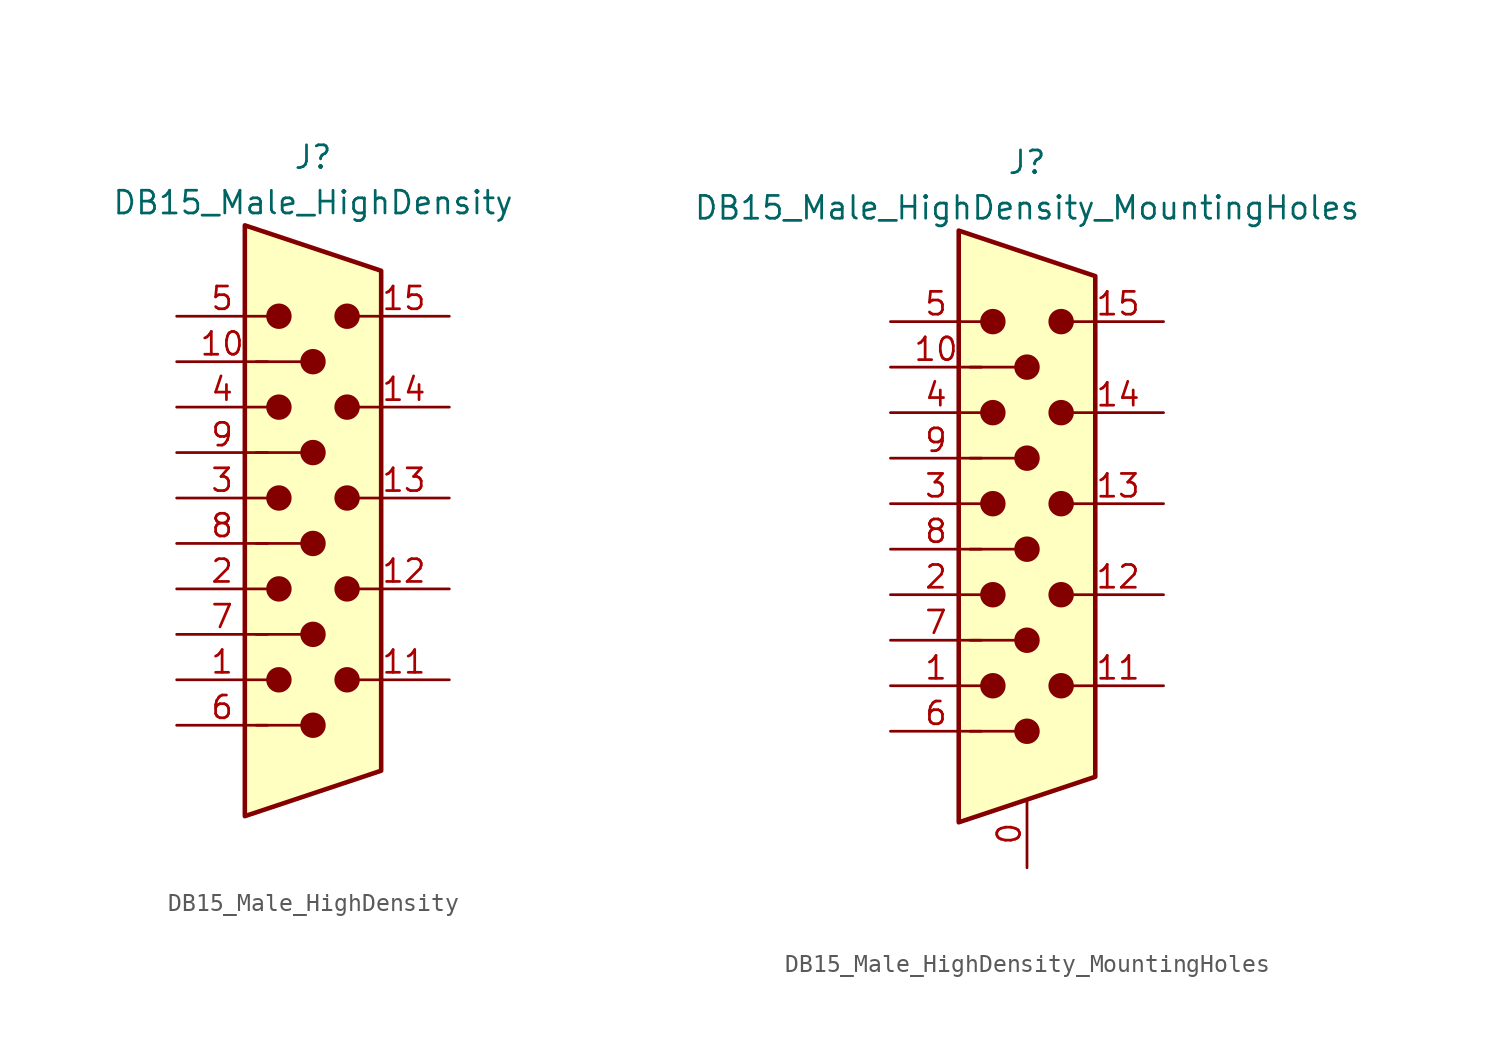
<source format=kicad_sym>
(kicad_symbol_lib
  (version 20201005)
  (generator kicad_symbol_editor)
  (symbol "DB15_Male_HighDensity"
    (pin_names
      (offset 1.016) hide)
    (property "Reference" "J"
      (at 0 21.59 0)
      (effects (font (size 1.27 1.27))))
    (property "Value" "DB15_Male_HighDensity"
      (at 0 19.05 0)
      (effects (font (size 1.27 1.27))))
    (symbol "DB15_Male_HighDensity_0_1"
      (circle (center -1.905 -7.62) (radius 0.635) (stroke (width 0)) (fill (type outline)))
      (circle (center -1.905 -2.54) (radius 0.635) (stroke (width 0)) (fill (type outline)))
      (circle (center -1.905 2.54) (radius 0.635) (stroke (width 0)) (fill (type outline)))
      (circle (center -1.905 7.62) (radius 0.635) (stroke (width 0)) (fill (type outline)))
      (circle (center -1.905 12.7) (radius 0.635) (stroke (width 0)) (fill (type outline)))
      (circle (center 0 -10.16) (radius 0.635) (stroke (width 0)) (fill (type outline)))
      (circle (center 0 -5.08) (radius 0.635) (stroke (width 0)) (fill (type outline)))
      (circle (center 0 0) (radius 0.635) (stroke (width 0)) (fill (type outline)))
      (circle (center 0 5.08) (radius 0.635) (stroke (width 0)) (fill (type outline)))
      (circle (center 0 10.16) (radius 0.635) (stroke (width 0)) (fill (type outline)))
      (circle (center 1.905 -7.62) (radius 0.635) (stroke (width 0)) (fill (type outline)))
      (circle (center 1.905 -2.54) (radius 0.635) (stroke (width 0)) (fill (type outline)))
      (circle (center 1.905 2.54) (radius 0.635) (stroke (width 0)) (fill (type outline)))
      (circle (center 1.905 7.62) (radius 0.635) (stroke (width 0)) (fill (type outline)))
      (circle (center 1.905 12.7) (radius 0.635) (stroke (width 0)) (fill (type outline)))
      (polyline (pts (xy -3.175 -5.08) (xy -0.635 -5.08)) (stroke (width 0)) (fill (type none)))
      (polyline (pts (xy -0.635 -10.16) (xy -3.175 -10.16)) (stroke (width 0)) (fill (type none)))
      (polyline (pts (xy -0.635 0) (xy -3.175 0)) (stroke (width 0)) (fill (type none)))
      (polyline (pts (xy -0.635 5.08) (xy -3.175 5.08)) (stroke (width 0)) (fill (type none)))
      (polyline (pts (xy -0.635 10.16) (xy -3.175 10.16)) (stroke (width 0)) (fill (type none)))
      (polyline (pts (xy -3.81 17.78) (xy -3.81 -15.24) (xy 3.81 -12.7) (xy 3.81 15.24) (xy -3.81 17.78)) (stroke (width 0.254)) (fill (type background))))
    (symbol "DB15_Male_HighDensity_1_1"
      (pin passive line (at -7.62 -7.62 0) (length 5.08) (name "~" (effects (font (size 1.27 1.27)))) (number "1" (effects (font (size 1.27 1.27)))))
      (pin passive line (at -7.62 10.16 0) (length 5.08) (name "~" (effects (font (size 1.27 1.27)))) (number "10" (effects (font (size 1.27 1.27)))))
      (pin passive line (at 7.62 -7.62 180) (length 5.08) (name "~" (effects (font (size 1.27 1.27)))) (number "11" (effects (font (size 1.27 1.27)))))
      (pin passive line (at 7.62 -2.54 180) (length 5.08) (name "~" (effects (font (size 1.27 1.27)))) (number "12" (effects (font (size 1.27 1.27)))))
      (pin passive line (at 7.62 2.54 180) (length 5.08) (name "~" (effects (font (size 1.27 1.27)))) (number "13" (effects (font (size 1.27 1.27)))))
      (pin passive line (at 7.62 7.62 180) (length 5.08) (name "~" (effects (font (size 1.27 1.27)))) (number "14" (effects (font (size 1.27 1.27)))))
      (pin passive line (at 7.62 12.7 180) (length 5.08) (name "~" (effects (font (size 1.27 1.27)))) (number "15" (effects (font (size 1.27 1.27)))))
      (pin passive line (at -7.62 -2.54 0) (length 5.08) (name "~" (effects (font (size 1.27 1.27)))) (number "2" (effects (font (size 1.27 1.27)))))
      (pin passive line (at -7.62 2.54 0) (length 5.08) (name "~" (effects (font (size 1.27 1.27)))) (number "3" (effects (font (size 1.27 1.27)))))
      (pin passive line (at -7.62 7.62 0) (length 5.08) (name "~" (effects (font (size 1.27 1.27)))) (number "4" (effects (font (size 1.27 1.27)))))
      (pin passive line (at -7.62 12.7 0) (length 5.08) (name "~" (effects (font (size 1.27 1.27)))) (number "5" (effects (font (size 1.27 1.27)))))
      (pin passive line (at -7.62 -10.16 0) (length 5.08) (name "~" (effects (font (size 1.27 1.27)))) (number "6" (effects (font (size 1.27 1.27)))))
      (pin passive line (at -7.62 -5.08 0) (length 5.08) (name "~" (effects (font (size 1.27 1.27)))) (number "7" (effects (font (size 1.27 1.27)))))
      (pin passive line (at -7.62 0 0) (length 5.08) (name "~" (effects (font (size 1.27 1.27)))) (number "8" (effects (font (size 1.27 1.27)))))
      (pin passive line (at -7.62 5.08 0) (length 5.08) (name "~" (effects (font (size 1.27 1.27)))) (number "9" (effects (font (size 1.27 1.27)))))))
  (symbol "DB15_Male_HighDensity_MountingHoles"
    (pin_names
      (offset 1.016) hide)
    (property "Reference" "J"
      (at 0 21.59 0)
      (effects (font (size 1.27 1.27))))
    (property "Value" "DB15_Male_HighDensity_MountingHoles"
      (at 0 19.05 0)
      (effects (font (size 1.27 1.27))))
    (symbol "DB15_Male_HighDensity_MountingHoles_0_1"
      (circle (center -1.905 -7.62) (radius 0.635) (stroke (width 0)) (fill (type outline)))
      (circle (center -1.905 -2.54) (radius 0.635) (stroke (width 0)) (fill (type outline)))
      (circle (center -1.905 2.54) (radius 0.635) (stroke (width 0)) (fill (type outline)))
      (circle (center -1.905 7.62) (radius 0.635) (stroke (width 0)) (fill (type outline)))
      (circle (center -1.905 12.7) (radius 0.635) (stroke (width 0)) (fill (type outline)))
      (circle (center 0 -10.16) (radius 0.635) (stroke (width 0)) (fill (type outline)))
      (circle (center 0 -5.08) (radius 0.635) (stroke (width 0)) (fill (type outline)))
      (circle (center 0 0) (radius 0.635) (stroke (width 0)) (fill (type outline)))
      (circle (center 0 5.08) (radius 0.635) (stroke (width 0)) (fill (type outline)))
      (circle (center 0 10.16) (radius 0.635) (stroke (width 0)) (fill (type outline)))
      (circle (center 1.905 -7.62) (radius 0.635) (stroke (width 0)) (fill (type outline)))
      (circle (center 1.905 -2.54) (radius 0.635) (stroke (width 0)) (fill (type outline)))
      (circle (center 1.905 2.54) (radius 0.635) (stroke (width 0)) (fill (type outline)))
      (circle (center 1.905 7.62) (radius 0.635) (stroke (width 0)) (fill (type outline)))
      (circle (center 1.905 12.7) (radius 0.635) (stroke (width 0)) (fill (type outline)))
      (polyline (pts (xy -3.175 -5.08) (xy -0.635 -5.08)) (stroke (width 0)) (fill (type none)))
      (polyline (pts (xy -0.635 -10.16) (xy -3.175 -10.16)) (stroke (width 0)) (fill (type none)))
      (polyline (pts (xy -0.635 0) (xy -3.175 0)) (stroke (width 0)) (fill (type none)))
      (polyline (pts (xy -0.635 5.08) (xy -3.175 5.08)) (stroke (width 0)) (fill (type none)))
      (polyline (pts (xy -0.635 10.16) (xy -3.175 10.16)) (stroke (width 0)) (fill (type none)))
      (polyline (pts (xy -3.81 17.78) (xy -3.81 -15.24) (xy 3.81 -12.7) (xy 3.81 15.24) (xy -3.81 17.78)) (stroke (width 0.254)) (fill (type background))))
    (symbol "DB15_Male_HighDensity_MountingHoles_1_1"
      (pin passive line (at 0 -17.78 90) (length 3.81) (name "~" (effects (font (size 1.27 1.27)))) (number "0" (effects (font (size 1.27 1.27)))))
      (pin passive line (at -7.62 -7.62 0) (length 5.08) (name "~" (effects (font (size 1.27 1.27)))) (number "1" (effects (font (size 1.27 1.27)))))
      (pin passive line (at -7.62 10.16 0) (length 5.08) (name "~" (effects (font (size 1.27 1.27)))) (number "10" (effects (font (size 1.27 1.27)))))
      (pin passive line (at 7.62 -7.62 180) (length 5.08) (name "~" (effects (font (size 1.27 1.27)))) (number "11" (effects (font (size 1.27 1.27)))))
      (pin passive line (at 7.62 -2.54 180) (length 5.08) (name "~" (effects (font (size 1.27 1.27)))) (number "12" (effects (font (size 1.27 1.27)))))
      (pin passive line (at 7.62 2.54 180) (length 5.08) (name "~" (effects (font (size 1.27 1.27)))) (number "13" (effects (font (size 1.27 1.27)))))
      (pin passive line (at 7.62 7.62 180) (length 5.08) (name "~" (effects (font (size 1.27 1.27)))) (number "14" (effects (font (size 1.27 1.27)))))
      (pin passive line (at 7.62 12.7 180) (length 5.08) (name "~" (effects (font (size 1.27 1.27)))) (number "15" (effects (font (size 1.27 1.27)))))
      (pin passive line (at -7.62 -2.54 0) (length 5.08) (name "~" (effects (font (size 1.27 1.27)))) (number "2" (effects (font (size 1.27 1.27)))))
      (pin passive line (at -7.62 2.54 0) (length 5.08) (name "~" (effects (font (size 1.27 1.27)))) (number "3" (effects (font (size 1.27 1.27)))))
      (pin passive line (at -7.62 7.62 0) (length 5.08) (name "~" (effects (font (size 1.27 1.27)))) (number "4" (effects (font (size 1.27 1.27)))))
      (pin passive line (at -7.62 12.7 0) (length 5.08) (name "~" (effects (font (size 1.27 1.27)))) (number "5" (effects (font (size 1.27 1.27)))))
      (pin passive line (at -7.62 -10.16 0) (length 5.08) (name "~" (effects (font (size 1.27 1.27)))) (number "6" (effects (font (size 1.27 1.27)))))
      (pin passive line (at -7.62 -5.08 0) (length 5.08) (name "~" (effects (font (size 1.27 1.27)))) (number "7" (effects (font (size 1.27 1.27)))))
      (pin passive line (at -7.62 0 0) (length 5.08) (name "~" (effects (font (size 1.27 1.27)))) (number "8" (effects (font (size 1.27 1.27)))))
      (pin passive line (at -7.62 5.08 0) (length 5.08) (name "~" (effects (font (size 1.27 1.27)))) (number "9" (effects (font (size 1.27 1.27))))))))
</source>
